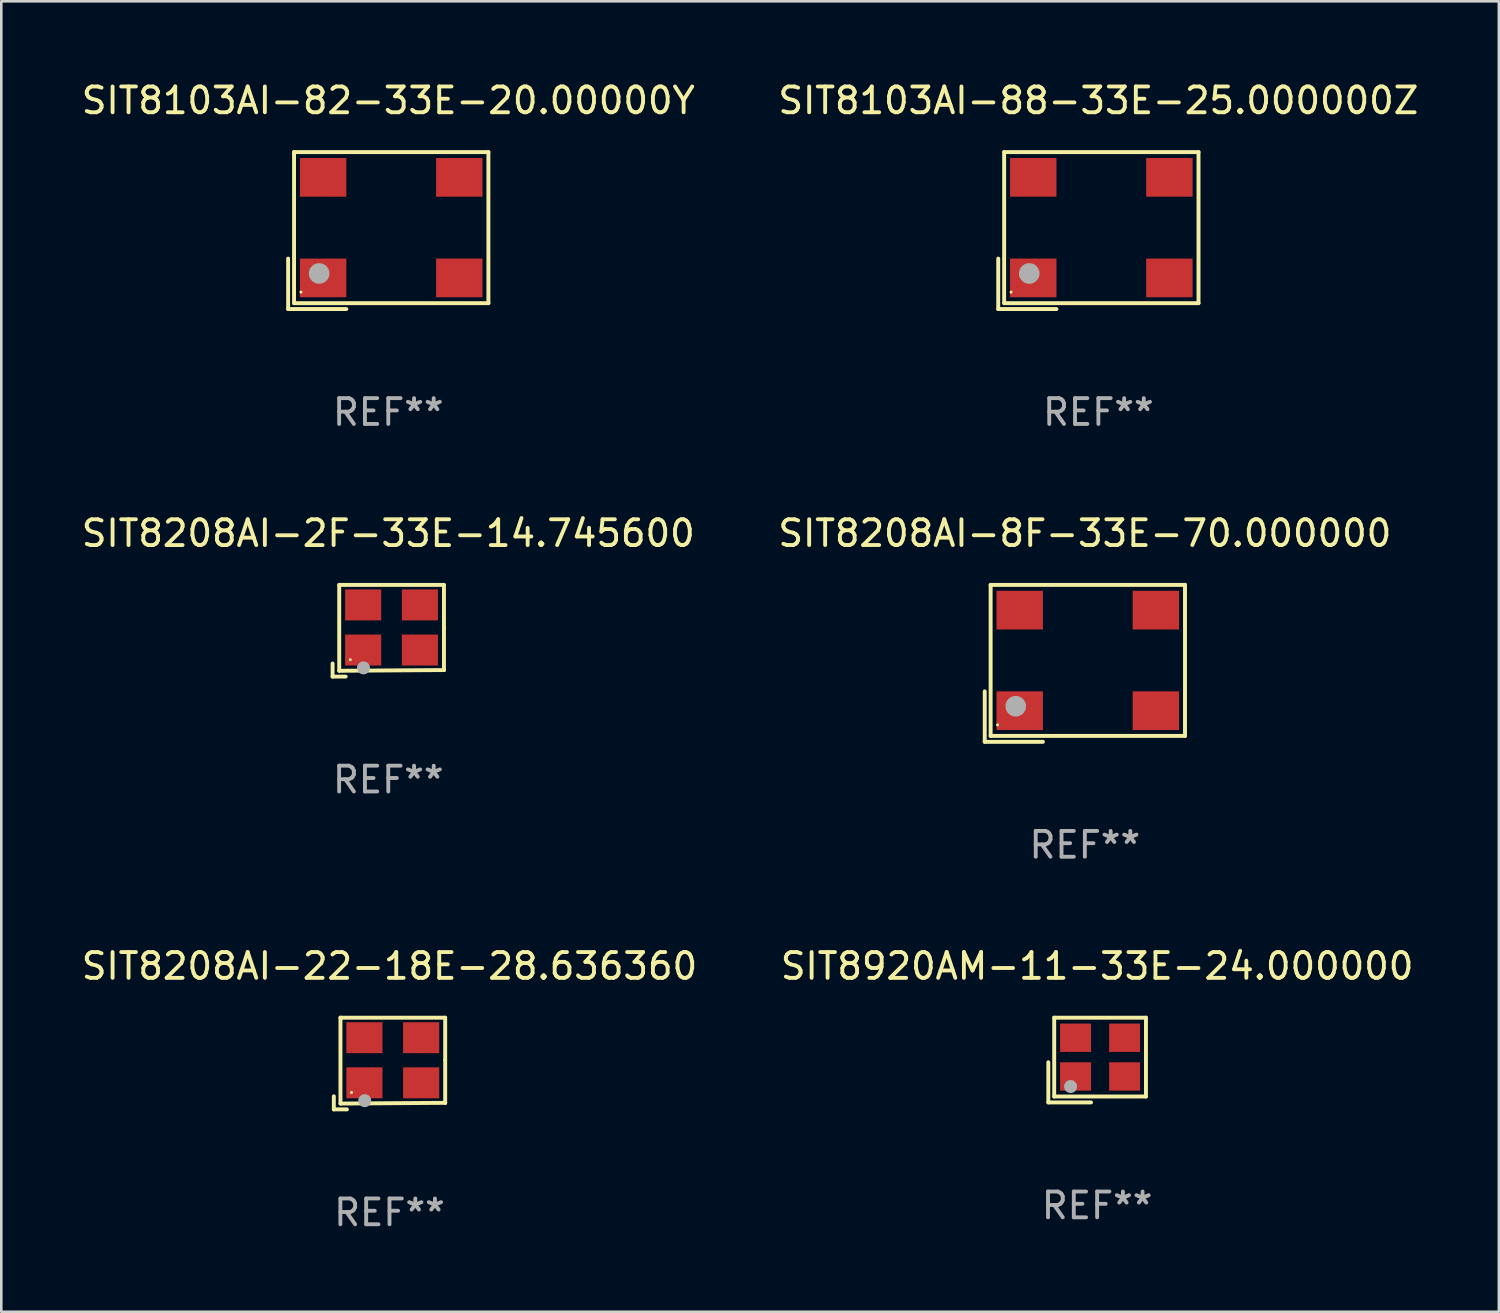
<source format=kicad_pcb>
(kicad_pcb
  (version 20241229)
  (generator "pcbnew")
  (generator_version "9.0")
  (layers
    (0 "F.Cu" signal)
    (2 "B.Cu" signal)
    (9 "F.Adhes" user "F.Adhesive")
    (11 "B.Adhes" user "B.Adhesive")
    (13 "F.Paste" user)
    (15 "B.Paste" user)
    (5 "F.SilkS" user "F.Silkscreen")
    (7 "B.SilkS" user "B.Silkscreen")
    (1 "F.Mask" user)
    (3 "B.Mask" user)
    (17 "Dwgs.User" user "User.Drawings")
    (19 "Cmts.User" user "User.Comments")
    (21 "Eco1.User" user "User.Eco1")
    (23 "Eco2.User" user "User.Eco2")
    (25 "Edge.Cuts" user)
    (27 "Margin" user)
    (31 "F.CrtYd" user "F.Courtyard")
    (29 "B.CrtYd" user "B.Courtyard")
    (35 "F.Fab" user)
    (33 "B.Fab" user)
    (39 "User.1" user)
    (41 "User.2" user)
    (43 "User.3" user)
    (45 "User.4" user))
  (footprint "SIT8208AI-22-18E-28.636360"
    (layer "F.Cu")
    (at 12.054 38.191)
    (property "Reference" "SIT8208AI-22-18E-28.636360" (at 0 -3.778 0) (layer "F.SilkS") (effects (font (size 1 1) (thickness 0.15))))
    (attr through_hole)
    (fp_line (start -2.159 1.27) (end -2.159 1.778) (stroke (width 0.152) (type solid)) (layer "F.SilkS"))
    (fp_line (start -2.159 1.778) (end -1.651 1.778) (stroke (width 0.152) (type solid)) (layer "F.SilkS"))
    (fp_line (start -1.902 -1.778) (end 2.159 -1.778) (stroke (width 0.152) (type solid)) (layer "F.SilkS"))
    (fp_line (start -1.902 1.552) (end -1.902 -1.778) (stroke (width 0.152) (type solid)) (layer "F.SilkS"))
    (fp_line (start 2.159 -1.778) (end 2.159 -0.127) (stroke (width 0.152) (type solid)) (layer "F.SilkS"))
    (fp_line (start 2.159 -0.127) (end 2.159 1.524) (stroke (width 0.152) (type solid)) (layer "F.SilkS"))
    (fp_line (start 2.159 1.524) (end -1.902 1.552) (stroke (width 0.152) (type solid)) (layer "F.SilkS"))
    (fp_line (start 2.159 1.524) (end 2.159 1.524) (stroke (width 0.152) (type solid)) (layer "F.SilkS"))
    (fp_circle (center -1.473 1.123) (end -1.443 1.123) (stroke (width 0.06) (type solid)) (fill no) (layer "F.SilkS"))
    (fp_circle (center -0.961 1.44) (end -0.834 1.44) (stroke (width 0.254) (type solid)) (fill no) (layer "F.Fab"))
    (fp_text user "REF**" (at 0 5.778 0) (layer "F.Fab") (effects (font (size 1 1) (thickness 0.15))))
    (pad "1" smd rect (at -0.973 0.748) (size 1.4 1.2) (layers "F.Cu" "F.Mask" "F.Paste"))
    (pad "2" smd rect (at 1.227 0.748) (size 1.4 1.2) (layers "F.Cu" "F.Mask" "F.Paste"))
    (pad "3" smd rect (at 1.227 -1.002) (size 1.4 1.2) (layers "F.Cu" "F.Mask" "F.Paste"))
    (pad "4" smd rect (at -0.973 -1.002) (size 1.4 1.2) (layers "F.Cu" "F.Mask" "F.Paste")))
  (footprint "SIT8103AI-88-33E-25.000000Z"
    (layer "F.Cu")
    (at 39.542 5.891)
    (property "Reference" "SIT8103AI-88-33E-25.000000Z" (at 0 -5.043 0) (layer "F.SilkS") (effects (font (size 1 1) (thickness 0.15))))
    (attr through_hole)
    (fp_line (start -3.883 1.086) (end -3.883 3.043) (stroke (width 0.152) (type solid)) (layer "F.SilkS"))
    (fp_line (start -3.883 3.043) (end -1.626 3.043) (stroke (width 0.152) (type solid)) (layer "F.SilkS"))
    (fp_line (start -3.654 -3.043) (end 3.883 -3.043) (stroke (width 0.152) (type solid)) (layer "F.SilkS"))
    (fp_line (start -3.654 2.814) (end -3.654 -3.043) (stroke (width 0.152) (type solid)) (layer "F.SilkS"))
    (fp_line (start 3.883 -3.043) (end 3.883 2.814) (stroke (width 0.152) (type solid)) (layer "F.SilkS"))
    (fp_line (start 3.883 2.814) (end -3.654 2.814) (stroke (width 0.152) (type solid)) (layer "F.SilkS"))
    (fp_circle (center -3.386 2.386) (end -3.356 2.386) (stroke (width 0.06) (type solid)) (fill no) (layer "F.SilkS"))
    (fp_circle (center -2.68 1.664) (end -2.48 1.664) (stroke (width 0.4) (type solid)) (fill no) (layer "F.Fab"))
    (fp_text user "REF**" (at 0 7.043 0) (layer "F.Fab") (effects (font (size 1 1) (thickness 0.15))))
    (pad "1" smd rect (at -2.526 1.836) (size 1.8 1.5) (layers "F.Cu" "F.Mask" "F.Paste"))
    (pad "2" smd rect (at 2.754 1.836) (size 1.8 1.5) (layers "F.Cu" "F.Mask" "F.Paste"))
    (pad "3" smd rect (at 2.754 -2.064) (size 1.8 1.5) (layers "F.Cu" "F.Mask" "F.Paste"))
    (pad "4" smd rect (at -2.526 -2.064) (size 1.8 1.5) (layers "F.Cu" "F.Mask" "F.Paste")))
  (footprint "SIT8208AI-2F-33E-14.745600"
    (layer "F.Cu")
    (at 12.006 21.409)
    (property "Reference" "SIT8208AI-2F-33E-14.745600" (at 0 -3.778 0) (layer "F.SilkS") (effects (font (size 1 1) (thickness 0.15))))
    (attr through_hole)
    (fp_line (start -2.159 1.27) (end -2.159 1.778) (stroke (width 0.152) (type solid)) (layer "F.SilkS"))
    (fp_line (start -2.159 1.778) (end -1.651 1.778) (stroke (width 0.152) (type solid)) (layer "F.SilkS"))
    (fp_line (start -1.902 -1.778) (end 2.159 -1.778) (stroke (width 0.152) (type solid)) (layer "F.SilkS"))
    (fp_line (start -1.902 1.552) (end -1.902 -1.778) (stroke (width 0.152) (type solid)) (layer "F.SilkS"))
    (fp_line (start 2.159 -1.778) (end 2.159 -0.127) (stroke (width 0.152) (type solid)) (layer "F.SilkS"))
    (fp_line (start 2.159 -0.127) (end 2.159 1.524) (stroke (width 0.152) (type solid)) (layer "F.SilkS"))
    (fp_line (start 2.159 1.524) (end -1.902 1.552) (stroke (width 0.152) (type solid)) (layer "F.SilkS"))
    (fp_line (start 2.159 1.524) (end 2.159 1.524) (stroke (width 0.152) (type solid)) (layer "F.SilkS"))
    (fp_circle (center -1.473 1.123) (end -1.443 1.123) (stroke (width 0.06) (type solid)) (fill no) (layer "F.SilkS"))
    (fp_circle (center -0.961 1.44) (end -0.834 1.44) (stroke (width 0.254) (type solid)) (fill no) (layer "F.Fab"))
    (fp_text user "REF**" (at 0 5.778 0) (layer "F.Fab") (effects (font (size 1 1) (thickness 0.15))))
    (pad "1" smd rect (at -0.973 0.748) (size 1.4 1.2) (layers "F.Cu" "F.Mask" "F.Paste"))
    (pad "2" smd rect (at 1.227 0.748) (size 1.4 1.2) (layers "F.Cu" "F.Mask" "F.Paste"))
    (pad "3" smd rect (at 1.227 -1.002) (size 1.4 1.2) (layers "F.Cu" "F.Mask" "F.Paste"))
    (pad "4" smd rect (at -0.973 -1.002) (size 1.4 1.2) (layers "F.Cu" "F.Mask" "F.Paste")))
  (footprint "SIT8208AI-8F-33E-70.000000"
    (layer "F.Cu")
    (at 39.018 22.673)
    (property "Reference" "SIT8208AI-8F-33E-70.000000" (at 0 -5.043 0) (layer "F.SilkS") (effects (font (size 1 1) (thickness 0.15))))
    (attr through_hole)
    (fp_line (start -3.883 1.086) (end -3.883 3.043) (stroke (width 0.152) (type solid)) (layer "F.SilkS"))
    (fp_line (start -3.883 3.043) (end -1.626 3.043) (stroke (width 0.152) (type solid)) (layer "F.SilkS"))
    (fp_line (start -3.654 -3.043) (end 3.883 -3.043) (stroke (width 0.152) (type solid)) (layer "F.SilkS"))
    (fp_line (start -3.654 2.814) (end -3.654 -3.043) (stroke (width 0.152) (type solid)) (layer "F.SilkS"))
    (fp_line (start 3.883 -3.043) (end 3.883 2.814) (stroke (width 0.152) (type solid)) (layer "F.SilkS"))
    (fp_line (start 3.883 2.814) (end -3.654 2.814) (stroke (width 0.152) (type solid)) (layer "F.SilkS"))
    (fp_circle (center -3.386 2.386) (end -3.356 2.386) (stroke (width 0.06) (type solid)) (fill no) (layer "F.SilkS"))
    (fp_circle (center -2.68 1.664) (end -2.48 1.664) (stroke (width 0.4) (type solid)) (fill no) (layer "F.Fab"))
    (fp_text user "REF**" (at 0 7.043 0) (layer "F.Fab") (effects (font (size 1 1) (thickness 0.15))))
    (pad "1" smd rect (at -2.526 1.836) (size 1.8 1.5) (layers "F.Cu" "F.Mask" "F.Paste"))
    (pad "2" smd rect (at 2.754 1.836) (size 1.8 1.5) (layers "F.Cu" "F.Mask" "F.Paste"))
    (pad "3" smd rect (at 2.754 -2.064) (size 1.8 1.5) (layers "F.Cu" "F.Mask" "F.Paste"))
    (pad "4" smd rect (at -2.526 -2.064) (size 1.8 1.5) (layers "F.Cu" "F.Mask" "F.Paste")))
  (footprint "SIT8103AI-82-33E-20.00000Y"
    (layer "F.Cu")
    (at 12.006 5.891)
    (property "Reference" "SIT8103AI-82-33E-20.00000Y" (at 0 -5.043 0) (layer "F.SilkS") (effects (font (size 1 1) (thickness 0.15))))
    (attr through_hole)
    (fp_line (start -3.883 1.086) (end -3.883 3.043) (stroke (width 0.152) (type solid)) (layer "F.SilkS"))
    (fp_line (start -3.883 3.043) (end -1.626 3.043) (stroke (width 0.152) (type solid)) (layer "F.SilkS"))
    (fp_line (start -3.654 -3.043) (end 3.883 -3.043) (stroke (width 0.152) (type solid)) (layer "F.SilkS"))
    (fp_line (start -3.654 2.814) (end -3.654 -3.043) (stroke (width 0.152) (type solid)) (layer "F.SilkS"))
    (fp_line (start 3.883 -3.043) (end 3.883 2.814) (stroke (width 0.152) (type solid)) (layer "F.SilkS"))
    (fp_line (start 3.883 2.814) (end -3.654 2.814) (stroke (width 0.152) (type solid)) (layer "F.SilkS"))
    (fp_circle (center -3.386 2.386) (end -3.356 2.386) (stroke (width 0.06) (type solid)) (fill no) (layer "F.SilkS"))
    (fp_circle (center -2.68 1.664) (end -2.48 1.664) (stroke (width 0.4) (type solid)) (fill no) (layer "F.Fab"))
    (fp_text user "REF**" (at 0 7.043 0) (layer "F.Fab") (effects (font (size 1 1) (thickness 0.15))))
    (pad "1" smd rect (at -2.526 1.836) (size 1.8 1.5) (layers "F.Cu" "F.Mask" "F.Paste"))
    (pad "2" smd rect (at 2.754 1.836) (size 1.8 1.5) (layers "F.Cu" "F.Mask" "F.Paste"))
    (pad "3" smd rect (at 2.754 -2.064) (size 1.8 1.5) (layers "F.Cu" "F.Mask" "F.Paste"))
    (pad "4" smd rect (at -2.526 -2.064) (size 1.8 1.5) (layers "F.Cu" "F.Mask" "F.Paste")))
  (footprint "SIT8920AM-11-33E-24.000000"
    (layer "F.Cu")
    (at 39.494 38.056)
    (property "Reference" "SIT8920AM-11-33E-24.000000" (at 0 -3.643 0) (layer "F.SilkS") (effects (font (size 1 1) (thickness 0.15))))
    (attr through_hole)
    (fp_line (start -1.893 0.086) (end -1.893 1.643) (stroke (width 0.152) (type solid)) (layer "F.SilkS"))
    (fp_line (start -1.893 1.643) (end -0.237 1.643) (stroke (width 0.152) (type solid)) (layer "F.SilkS"))
    (fp_line (start -1.665 -1.643) (end 1.893 -1.643) (stroke (width 0.152) (type solid)) (layer "F.SilkS"))
    (fp_line (start -1.665 1.414) (end -1.665 -1.643) (stroke (width 0.152) (type solid)) (layer "F.SilkS"))
    (fp_line (start 1.893 -1.643) (end 1.893 1.414) (stroke (width 0.152) (type solid)) (layer "F.SilkS"))
    (fp_line (start 1.893 1.414) (end -1.665 1.414) (stroke (width 0.152) (type solid)) (layer "F.SilkS"))
    (fp_circle (center -1.136 0.885) (end -1.106 0.885) (stroke (width 0.06) (type solid)) (fill no) (layer "F.SilkS"))
    (fp_circle (center -1.029 1.028) (end -0.902 1.028) (stroke (width 0.254) (type solid)) (fill no) (layer "F.Fab"))
    (fp_text user "REF**" (at 0 5.643 0) (layer "F.Fab") (effects (font (size 1 1) (thickness 0.15))))
    (pad "1" smd rect (at -0.836 0.636) (size 1.2 1.1) (layers "F.Cu" "F.Mask" "F.Paste"))
    (pad "2" smd rect (at 1.064 0.636) (size 1.2 1.1) (layers "F.Cu" "F.Mask" "F.Paste"))
    (pad "3" smd rect (at 1.064 -0.865) (size 1.2 1.1) (layers "F.Cu" "F.Mask" "F.Paste"))
    (pad "4" smd rect (at -0.836 -0.865) (size 1.2 1.1) (layers "F.Cu" "F.Mask" "F.Paste")))
  (gr_rect
    (start -3 -3)
    (end 55.071 47.817)
    (stroke (width 0.1) (type default))
    (fill no)
    (layer "Edge.Cuts")))
</source>
